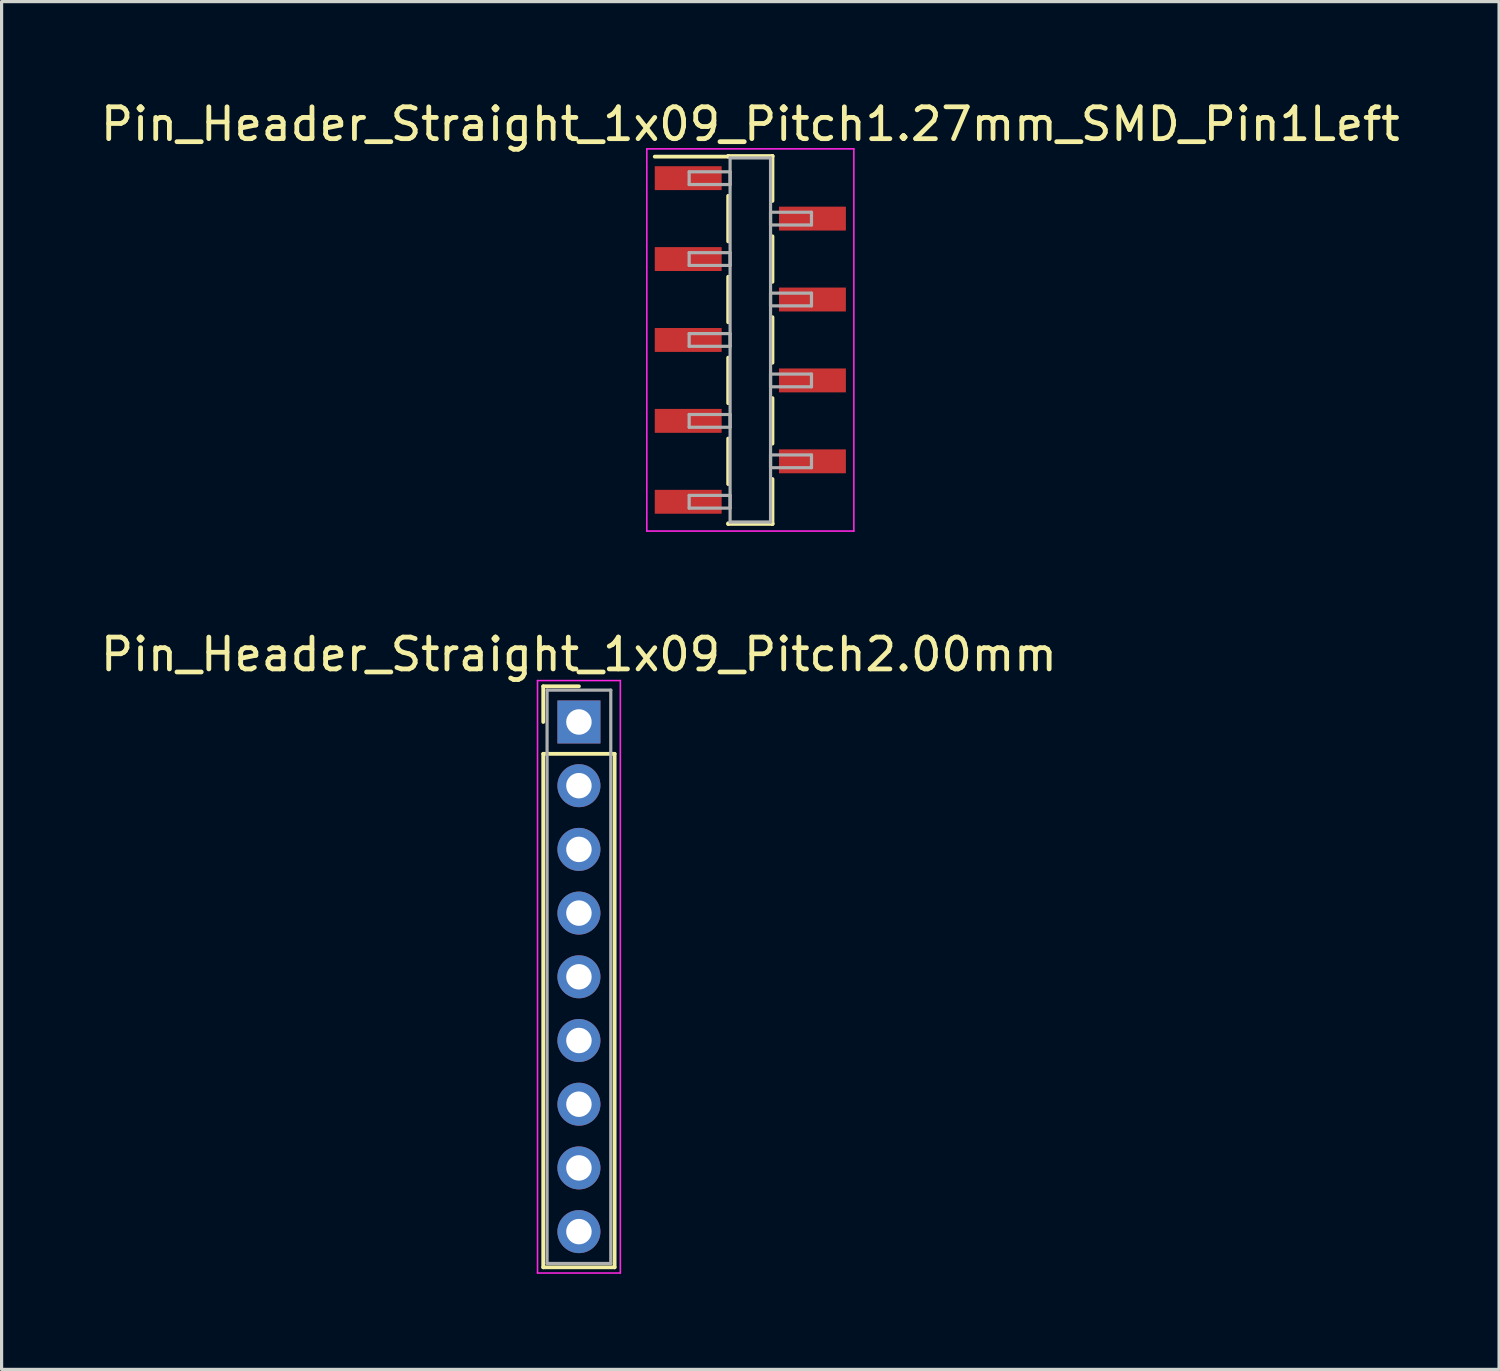
<source format=kicad_pcb>
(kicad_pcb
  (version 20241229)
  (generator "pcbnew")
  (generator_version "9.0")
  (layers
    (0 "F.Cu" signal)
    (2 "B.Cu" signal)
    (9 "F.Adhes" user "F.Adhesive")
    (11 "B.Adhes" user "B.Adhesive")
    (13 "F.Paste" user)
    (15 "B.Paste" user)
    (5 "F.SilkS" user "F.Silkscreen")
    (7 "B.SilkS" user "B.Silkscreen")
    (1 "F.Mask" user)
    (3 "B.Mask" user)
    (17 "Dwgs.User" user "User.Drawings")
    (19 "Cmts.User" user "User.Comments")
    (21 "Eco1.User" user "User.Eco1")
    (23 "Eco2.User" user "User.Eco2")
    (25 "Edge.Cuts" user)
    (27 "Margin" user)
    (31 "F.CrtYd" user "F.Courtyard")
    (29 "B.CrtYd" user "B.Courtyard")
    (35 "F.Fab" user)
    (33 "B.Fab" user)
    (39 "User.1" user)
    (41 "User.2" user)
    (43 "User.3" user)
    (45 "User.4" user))
  (footprint "Pin_Header_Straight_1x09_Pitch1.27mm_SMD_Pin1Left"
    (layer "F.Cu")
    (at 20.506 7.623)
    (property "Reference" "Pin_Header_Straight_1x09_Pitch1.27mm_SMD_Pin1Left" (at 0 -6.775 0) (layer "F.SilkS") (effects (font (size 1 1) (thickness 0.15))))
    (attr smd)
    (fp_line (start -0.695 -5.775) (end 0.695 -5.775) (stroke (width 0.12) (type solid)) (layer "F.SilkS"))
    (fp_line (start -0.695 -5.755) (end -3 -5.755) (stroke (width 0.12) (type solid)) (layer "F.SilkS"))
    (fp_line (start -0.695 -5.755) (end -0.695 -5.775) (stroke (width 0.12) (type solid)) (layer "F.SilkS"))
    (fp_line (start -0.695 -4.525) (end -0.695 -3.095) (stroke (width 0.12) (type solid)) (layer "F.SilkS"))
    (fp_line (start -0.695 -1.985) (end -0.695 -0.555) (stroke (width 0.12) (type solid)) (layer "F.SilkS"))
    (fp_line (start -0.695 0.555) (end -0.695 1.985) (stroke (width 0.12) (type solid)) (layer "F.SilkS"))
    (fp_line (start -0.695 3.095) (end -0.695 4.525) (stroke (width 0.12) (type solid)) (layer "F.SilkS"))
    (fp_line (start -0.695 5.755) (end -0.695 5.775) (stroke (width 0.12) (type solid)) (layer "F.SilkS"))
    (fp_line (start -0.695 5.775) (end 0.695 5.775) (stroke (width 0.12) (type solid)) (layer "F.SilkS"))
    (fp_line (start 0.695 -5.775) (end 0.695 -5.755) (stroke (width 0.12) (type solid)) (layer "F.SilkS"))
    (fp_line (start 0.695 -5.775) (end 0.695 -4.365) (stroke (width 0.12) (type solid)) (layer "F.SilkS"))
    (fp_line (start 0.695 -3.255) (end 0.695 -1.825) (stroke (width 0.12) (type solid)) (layer "F.SilkS"))
    (fp_line (start 0.695 -0.715) (end 0.695 0.715) (stroke (width 0.12) (type solid)) (layer "F.SilkS"))
    (fp_line (start 0.695 1.825) (end 0.695 3.255) (stroke (width 0.12) (type solid)) (layer "F.SilkS"))
    (fp_line (start 0.695 4.365) (end 0.695 5.775) (stroke (width 0.12) (type solid)) (layer "F.SilkS"))
    (fp_line (start 0.695 5.775) (end 0.695 5.755) (stroke (width 0.12) (type solid)) (layer "F.SilkS"))
    (fp_line (start -3.25 -6) (end -3.25 6) (stroke (width 0.05) (type solid)) (layer "F.CrtYd"))
    (fp_line (start -3.25 6) (end 3.25 6) (stroke (width 0.05) (type solid)) (layer "F.CrtYd"))
    (fp_line (start 3.25 -6) (end -3.25 -6) (stroke (width 0.05) (type solid)) (layer "F.CrtYd"))
    (fp_line (start 3.25 6) (end 3.25 -6) (stroke (width 0.05) (type solid)) (layer "F.CrtYd"))
    (fp_line (start -1.92 -5.28) (end -0.635 -5.28) (stroke (width 0.1) (type solid)) (layer "F.Fab"))
    (fp_line (start -1.92 -4.88) (end -1.92 -5.28) (stroke (width 0.1) (type solid)) (layer "F.Fab"))
    (fp_line (start -1.92 -2.74) (end -0.635 -2.74) (stroke (width 0.1) (type solid)) (layer "F.Fab"))
    (fp_line (start -1.92 -2.34) (end -1.92 -2.74) (stroke (width 0.1) (type solid)) (layer "F.Fab"))
    (fp_line (start -1.92 -0.2) (end -0.635 -0.2) (stroke (width 0.1) (type solid)) (layer "F.Fab"))
    (fp_line (start -1.92 0.2) (end -1.92 -0.2) (stroke (width 0.1) (type solid)) (layer "F.Fab"))
    (fp_line (start -1.92 2.34) (end -0.635 2.34) (stroke (width 0.1) (type solid)) (layer "F.Fab"))
    (fp_line (start -1.92 2.74) (end -1.92 2.34) (stroke (width 0.1) (type solid)) (layer "F.Fab"))
    (fp_line (start -1.92 4.88) (end -0.635 4.88) (stroke (width 0.1) (type solid)) (layer "F.Fab"))
    (fp_line (start -1.92 5.28) (end -1.92 4.88) (stroke (width 0.1) (type solid)) (layer "F.Fab"))
    (fp_line (start -0.635 -5.715) (end -0.635 5.715) (stroke (width 0.1) (type solid)) (layer "F.Fab"))
    (fp_line (start -0.635 -5.28) (end -0.635 -4.88) (stroke (width 0.1) (type solid)) (layer "F.Fab"))
    (fp_line (start -0.635 -4.88) (end -1.92 -4.88) (stroke (width 0.1) (type solid)) (layer "F.Fab"))
    (fp_line (start -0.635 -2.74) (end -0.635 -2.34) (stroke (width 0.1) (type solid)) (layer "F.Fab"))
    (fp_line (start -0.635 -2.34) (end -1.92 -2.34) (stroke (width 0.1) (type solid)) (layer "F.Fab"))
    (fp_line (start -0.635 -0.2) (end -0.635 0.2) (stroke (width 0.1) (type solid)) (layer "F.Fab"))
    (fp_line (start -0.635 0.2) (end -1.92 0.2) (stroke (width 0.1) (type solid)) (layer "F.Fab"))
    (fp_line (start -0.635 2.34) (end -0.635 2.74) (stroke (width 0.1) (type solid)) (layer "F.Fab"))
    (fp_line (start -0.635 2.74) (end -1.92 2.74) (stroke (width 0.1) (type solid)) (layer "F.Fab"))
    (fp_line (start -0.635 4.88) (end -0.635 5.28) (stroke (width 0.1) (type solid)) (layer "F.Fab"))
    (fp_line (start -0.635 5.28) (end -1.92 5.28) (stroke (width 0.1) (type solid)) (layer "F.Fab"))
    (fp_line (start -0.635 5.715) (end 0.635 5.715) (stroke (width 0.1) (type solid)) (layer "F.Fab"))
    (fp_line (start 0.635 -5.715) (end -0.635 -5.715) (stroke (width 0.1) (type solid)) (layer "F.Fab"))
    (fp_line (start 0.635 -4.01) (end 0.635 -3.61) (stroke (width 0.1) (type solid)) (layer "F.Fab"))
    (fp_line (start 0.635 -3.61) (end 1.92 -3.61) (stroke (width 0.1) (type solid)) (layer "F.Fab"))
    (fp_line (start 0.635 -1.47) (end 0.635 -1.07) (stroke (width 0.1) (type solid)) (layer "F.Fab"))
    (fp_line (start 0.635 -1.07) (end 1.92 -1.07) (stroke (width 0.1) (type solid)) (layer "F.Fab"))
    (fp_line (start 0.635 1.07) (end 0.635 1.47) (stroke (width 0.1) (type solid)) (layer "F.Fab"))
    (fp_line (start 0.635 1.47) (end 1.92 1.47) (stroke (width 0.1) (type solid)) (layer "F.Fab"))
    (fp_line (start 0.635 3.61) (end 0.635 4.01) (stroke (width 0.1) (type solid)) (layer "F.Fab"))
    (fp_line (start 0.635 4.01) (end 1.92 4.01) (stroke (width 0.1) (type solid)) (layer "F.Fab"))
    (fp_line (start 0.635 5.715) (end 0.635 -5.715) (stroke (width 0.1) (type solid)) (layer "F.Fab"))
    (fp_line (start 1.92 -4.01) (end 0.635 -4.01) (stroke (width 0.1) (type solid)) (layer "F.Fab"))
    (fp_line (start 1.92 -3.61) (end 1.92 -4.01) (stroke (width 0.1) (type solid)) (layer "F.Fab"))
    (fp_line (start 1.92 -1.47) (end 0.635 -1.47) (stroke (width 0.1) (type solid)) (layer "F.Fab"))
    (fp_line (start 1.92 -1.07) (end 1.92 -1.47) (stroke (width 0.1) (type solid)) (layer "F.Fab"))
    (fp_line (start 1.92 1.07) (end 0.635 1.07) (stroke (width 0.1) (type solid)) (layer "F.Fab"))
    (fp_line (start 1.92 1.47) (end 1.92 1.07) (stroke (width 0.1) (type solid)) (layer "F.Fab"))
    (fp_line (start 1.92 3.61) (end 0.635 3.61) (stroke (width 0.1) (type solid)) (layer "F.Fab"))
    (fp_line (start 1.92 4.01) (end 1.92 3.61) (stroke (width 0.1) (type solid)) (layer "F.Fab"))
    (pad "1" smd rect (at -1.95 -5.08) (size 2.1 0.75) (layers "F.Cu" "F.Mask"))
    (pad "2" smd rect (at 1.95 -3.81) (size 2.1 0.75) (layers "F.Cu" "F.Mask"))
    (pad "3" smd rect (at -1.95 -2.54) (size 2.1 0.75) (layers "F.Cu" "F.Mask"))
    (pad "4" smd rect (at 1.95 -1.27) (size 2.1 0.75) (layers "F.Cu" "F.Mask"))
    (pad "5" smd rect (at -1.95 0) (size 2.1 0.75) (layers "F.Cu" "F.Mask"))
    (pad "6" smd rect (at 1.95 1.27) (size 2.1 0.75) (layers "F.Cu" "F.Mask"))
    (pad "7" smd rect (at -1.95 2.54) (size 2.1 0.75) (layers "F.Cu" "F.Mask"))
    (pad "8" smd rect (at 1.95 3.81) (size 2.1 0.75) (layers "F.Cu" "F.Mask"))
    (pad "9" smd rect (at -1.95 5.08) (size 2.1 0.75) (layers "F.Cu" "F.Mask")))
  (footprint "Pin_Header_Straight_1x09_Pitch2.00mm"
    (layer "F.Cu")
    (at 15.125 19.616)
    (property "Reference" "Pin_Header_Straight_1x09_Pitch2.00mm" (at 0 -2.12 0) (layer "F.SilkS") (effects (font (size 1 1) (thickness 0.15))))
    (attr through_hole)
    (fp_line (start -1.12 -1.12) (end 0 -1.12) (stroke (width 0.12) (type solid)) (layer "F.SilkS"))
    (fp_line (start -1.12 0) (end -1.12 -1.12) (stroke (width 0.12) (type solid)) (layer "F.SilkS"))
    (fp_line (start -1.12 1) (end -1.12 17.12) (stroke (width 0.12) (type solid)) (layer "F.SilkS"))
    (fp_line (start -1.12 17.12) (end 1.12 17.12) (stroke (width 0.12) (type solid)) (layer "F.SilkS"))
    (fp_line (start 1.12 1) (end -1.12 1) (stroke (width 0.12) (type solid)) (layer "F.SilkS"))
    (fp_line (start 1.12 17.12) (end 1.12 1) (stroke (width 0.12) (type solid)) (layer "F.SilkS"))
    (fp_line (start -1.3 -1.3) (end -1.3 17.3) (stroke (width 0.05) (type solid)) (layer "F.CrtYd"))
    (fp_line (start -1.3 17.3) (end 1.3 17.3) (stroke (width 0.05) (type solid)) (layer "F.CrtYd"))
    (fp_line (start 1.3 -1.3) (end -1.3 -1.3) (stroke (width 0.05) (type solid)) (layer "F.CrtYd"))
    (fp_line (start 1.3 17.3) (end 1.3 -1.3) (stroke (width 0.05) (type solid)) (layer "F.CrtYd"))
    (fp_line (start -1 -1) (end -1 17) (stroke (width 0.1) (type solid)) (layer "F.Fab"))
    (fp_line (start -1 17) (end 1 17) (stroke (width 0.1) (type solid)) (layer "F.Fab"))
    (fp_line (start 1 -1) (end -1 -1) (stroke (width 0.1) (type solid)) (layer "F.Fab"))
    (fp_line (start 1 17) (end 1 -1) (stroke (width 0.1) (type solid)) (layer "F.Fab"))
    (pad "1" thru_hole rect (at 0 0) (size 1.35 1.35) (drill 0.8) (layers "*.Cu" "*.Mask"))
    (pad "2" thru_hole oval (at 0 2) (size 1.35 1.35) (drill 0.8) (layers "*.Cu" "*.Mask"))
    (pad "3" thru_hole oval (at 0 4) (size 1.35 1.35) (drill 0.8) (layers "*.Cu" "*.Mask"))
    (pad "4" thru_hole oval (at 0 6) (size 1.35 1.35) (drill 0.8) (layers "*.Cu" "*.Mask"))
    (pad "5" thru_hole oval (at 0 8) (size 1.35 1.35) (drill 0.8) (layers "*.Cu" "*.Mask"))
    (pad "6" thru_hole oval (at 0 10) (size 1.35 1.35) (drill 0.8) (layers "*.Cu" "*.Mask"))
    (pad "7" thru_hole oval (at 0 12) (size 1.35 1.35) (drill 0.8) (layers "*.Cu" "*.Mask"))
    (pad "8" thru_hole oval (at 0 14) (size 1.35 1.35) (drill 0.8) (layers "*.Cu" "*.Mask"))
    (pad "9" thru_hole oval (at 0 16) (size 1.35 1.35) (drill 0.8) (layers "*.Cu" "*.Mask")))
  (gr_rect
    (start -3 -3)
    (end 44.012 39.941)
    (stroke (width 0.1) (type default))
    (fill no)
    (layer "Edge.Cuts")))
</source>
